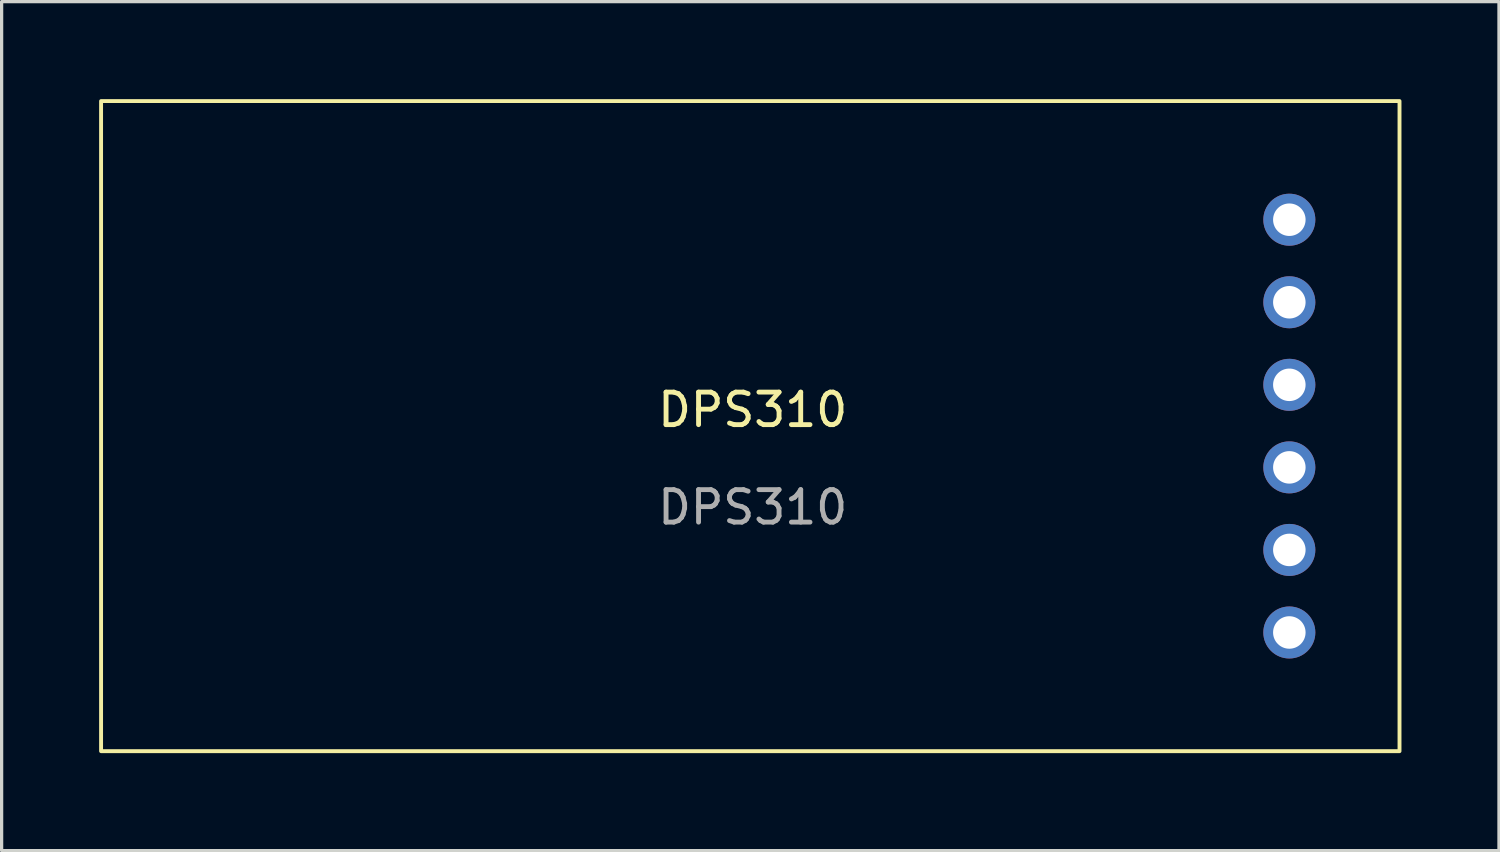
<source format=kicad_pcb>
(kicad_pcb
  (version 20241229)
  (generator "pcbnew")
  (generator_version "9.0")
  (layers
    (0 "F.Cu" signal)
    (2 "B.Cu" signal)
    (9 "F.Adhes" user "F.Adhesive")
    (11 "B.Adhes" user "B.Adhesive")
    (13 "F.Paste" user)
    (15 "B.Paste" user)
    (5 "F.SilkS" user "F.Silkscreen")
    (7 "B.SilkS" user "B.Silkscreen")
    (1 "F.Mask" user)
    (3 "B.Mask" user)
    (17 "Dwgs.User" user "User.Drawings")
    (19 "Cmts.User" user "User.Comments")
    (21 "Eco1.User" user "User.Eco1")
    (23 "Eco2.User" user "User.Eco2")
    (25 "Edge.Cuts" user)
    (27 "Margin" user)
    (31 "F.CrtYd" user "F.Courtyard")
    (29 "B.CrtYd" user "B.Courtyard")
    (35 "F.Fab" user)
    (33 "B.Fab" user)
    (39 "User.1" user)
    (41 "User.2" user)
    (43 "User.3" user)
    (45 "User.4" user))
  (footprint "DPS310"
    (layer "F.Cu")
    (at 20.11 10.06)
    (property "Reference" "DPS310" (at 0 -0.5 0) (unlocked yes) (layer "F.SilkS") (effects (font (size 1 1) (thickness 0.15))))
    (attr smd)
    (fp_rect (start 19.9 -10) (end -20.05 10.002) (stroke (width 0.12) (type solid)) (fill no) (layer "F.SilkS"))
    (fp_text user "${REFERENCE}" (at 0 2.5 0) (unlocked yes) (layer "F.Fab") (effects (font (size 1 1) (thickness 0.15))))
    (pad "1" thru_hole circle (at 16.51 -6.35) (size 1.6 1.6) (drill 1) (layers "*.Cu" "*.Mask"))
    (pad "2" thru_hole circle (at 16.51 -3.81) (size 1.6 1.6) (drill 1) (layers "*.Cu" "*.Mask"))
    (pad "3" thru_hole circle (at 16.51 -1.27) (size 1.6 1.6) (drill 1) (layers "*.Cu" "*.Mask"))
    (pad "4" thru_hole circle (at 16.51 1.27) (size 1.6 1.6) (drill 1) (layers "*.Cu" "*.Mask"))
    (pad "5" thru_hole circle (at 16.51 3.81) (size 1.6 1.6) (drill 1) (layers "*.Cu" "*.Mask"))
    (pad "6" thru_hole circle (at 16.51 6.35) (size 1.6 1.6) (drill 1) (layers "*.Cu" "*.Mask")))
  (gr_rect
    (start -3 -3)
    (end 43.07 23.122)
    (stroke (width 0.1) (type default))
    (fill no)
    (layer "Edge.Cuts")))
</source>
